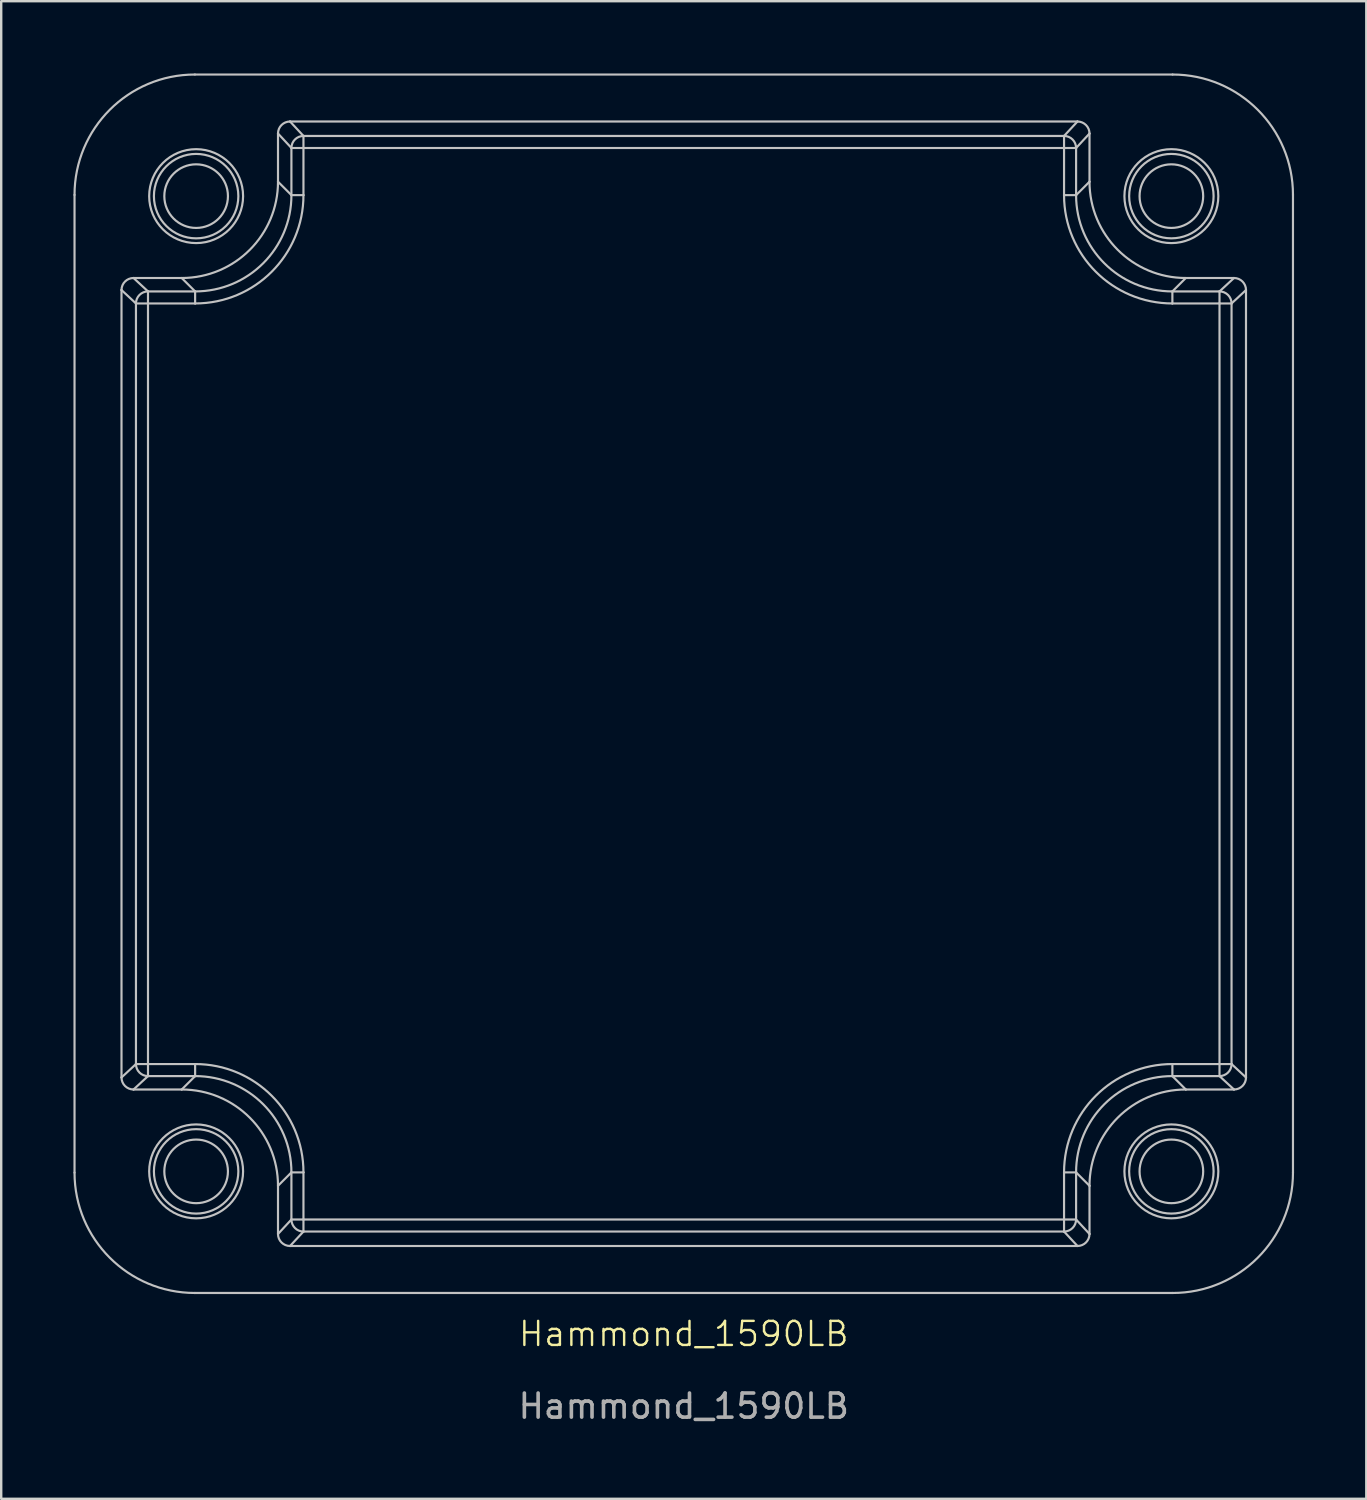
<source format=kicad_pcb>
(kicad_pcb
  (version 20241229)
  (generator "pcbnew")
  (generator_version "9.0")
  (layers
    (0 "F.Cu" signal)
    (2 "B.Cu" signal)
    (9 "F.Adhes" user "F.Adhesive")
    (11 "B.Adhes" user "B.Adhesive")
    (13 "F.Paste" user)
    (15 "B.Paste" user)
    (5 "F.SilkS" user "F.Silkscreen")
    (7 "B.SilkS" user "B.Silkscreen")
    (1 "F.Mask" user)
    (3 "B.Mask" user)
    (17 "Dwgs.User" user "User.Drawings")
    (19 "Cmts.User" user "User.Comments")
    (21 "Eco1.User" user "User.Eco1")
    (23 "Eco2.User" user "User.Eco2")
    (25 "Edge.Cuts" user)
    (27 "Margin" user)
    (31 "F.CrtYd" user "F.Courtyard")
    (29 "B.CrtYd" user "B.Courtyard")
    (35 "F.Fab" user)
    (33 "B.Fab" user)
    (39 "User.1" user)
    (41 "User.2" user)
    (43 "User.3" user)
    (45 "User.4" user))
  (footprint "Hammond_1590LB"
    (layer "F.Cu")
    (at 25.345 25.345)
    (property "Reference" "Hammond_1590LB" (at 0 27 0) (unlocked yes) (layer "F.SilkS") (effects (font (size 1 1) (thickness 0.1))))
    (fp_line (start -25.3 20.301) (end -25.3 -20.301) (stroke (width 0.09) (type solid)) (layer "Dwgs.User"))
    (fp_line (start -23.349 -16.35) (end -22.749 -15.793) (stroke (width 0.09) (type solid)) (layer "Dwgs.User"))
    (fp_line (start -23.349 16.35) (end -23.349 -16.35) (stroke (width 0.09) (type solid)) (layer "Dwgs.User"))
    (fp_line (start -22.85 -16.85) (end -20.849 -16.85) (stroke (width 0.09) (type solid)) (layer "Dwgs.User"))
    (fp_line (start -22.85 16.85) (end -22.249 16.293) (stroke (width 0.09) (type solid)) (layer "Dwgs.User"))
    (fp_line (start -22.749 -15.793) (end -22.749 15.793) (stroke (width 0.09) (type solid)) (layer "Dwgs.User"))
    (fp_line (start -22.749 -15.793) (end -22.249 -15.793) (stroke (width 0.09) (type solid)) (layer "Dwgs.User"))
    (fp_line (start -22.749 15.793) (end -23.349 16.35) (stroke (width 0.09) (type solid)) (layer "Dwgs.User"))
    (fp_line (start -22.249 -16.293) (end -22.85 -16.85) (stroke (width 0.09) (type solid)) (layer "Dwgs.User"))
    (fp_line (start -22.249 -15.793) (end -22.249 -16.293) (stroke (width 0.09) (type solid)) (layer "Dwgs.User"))
    (fp_line (start -22.249 -15.793) (end -20.292 -15.793) (stroke (width 0.09) (type solid)) (layer "Dwgs.User"))
    (fp_line (start -22.249 15.793) (end -22.749 15.793) (stroke (width 0.09) (type solid)) (layer "Dwgs.User"))
    (fp_line (start -22.249 15.793) (end -22.249 -15.793) (stroke (width 0.09) (type solid)) (layer "Dwgs.User"))
    (fp_line (start -22.249 16.293) (end -22.249 15.793) (stroke (width 0.09) (type solid)) (layer "Dwgs.User"))
    (fp_line (start -22.249 16.293) (end -20.292 16.293) (stroke (width 0.09) (type solid)) (layer "Dwgs.User"))
    (fp_line (start -20.849 -16.85) (end -20.292 -16.293) (stroke (width 0.09) (type solid)) (layer "Dwgs.User"))
    (fp_line (start -20.849 16.85) (end -22.85 16.85) (stroke (width 0.09) (type solid)) (layer "Dwgs.User"))
    (fp_line (start -20.301 -25.3) (end 20.301 -25.3) (stroke (width 0.09) (type solid)) (layer "Dwgs.User"))
    (fp_line (start -20.292 -16.293) (end -22.249 -16.293) (stroke (width 0.09) (type solid)) (layer "Dwgs.User"))
    (fp_line (start -20.292 -16.293) (end -20.292 -15.793) (stroke (width 0.09) (type solid)) (layer "Dwgs.User"))
    (fp_line (start -20.292 15.793) (end -22.249 15.793) (stroke (width 0.09) (type solid)) (layer "Dwgs.User"))
    (fp_line (start -20.292 15.793) (end -20.292 16.293) (stroke (width 0.09) (type solid)) (layer "Dwgs.User"))
    (fp_line (start -20.292 16.293) (end -20.849 16.85) (stroke (width 0.09) (type solid)) (layer "Dwgs.User"))
    (fp_line (start -16.85 -22.85) (end -16.293 -22.249) (stroke (width 0.09) (type solid)) (layer "Dwgs.User"))
    (fp_line (start -16.85 -20.849) (end -16.85 -22.85) (stroke (width 0.09) (type solid)) (layer "Dwgs.User"))
    (fp_line (start -16.85 20.849) (end -16.293 20.292) (stroke (width 0.09) (type solid)) (layer "Dwgs.User"))
    (fp_line (start -16.85 22.85) (end -16.85 20.849) (stroke (width 0.09) (type solid)) (layer "Dwgs.User"))
    (fp_line (start -16.35 -23.349) (end 16.35 -23.349) (stroke (width 0.09) (type solid)) (layer "Dwgs.User"))
    (fp_line (start -16.35 23.349) (end -15.793 22.749) (stroke (width 0.09) (type solid)) (layer "Dwgs.User"))
    (fp_line (start -16.293 -22.249) (end -16.293 -20.292) (stroke (width 0.09) (type solid)) (layer "Dwgs.User"))
    (fp_line (start -16.293 -22.249) (end -15.793 -22.249) (stroke (width 0.09) (type solid)) (layer "Dwgs.User"))
    (fp_line (start -16.293 -20.292) (end -16.85 -20.849) (stroke (width 0.09) (type solid)) (layer "Dwgs.User"))
    (fp_line (start -16.293 -20.292) (end -15.793 -20.292) (stroke (width 0.09) (type solid)) (layer "Dwgs.User"))
    (fp_line (start -16.293 20.292) (end -16.293 22.249) (stroke (width 0.09) (type solid)) (layer "Dwgs.User"))
    (fp_line (start -16.293 22.249) (end -16.85 22.85) (stroke (width 0.09) (type solid)) (layer "Dwgs.User"))
    (fp_line (start -15.793 -22.749) (end -16.35 -23.349) (stroke (width 0.09) (type solid)) (layer "Dwgs.User"))
    (fp_line (start -15.793 -22.249) (end -15.793 -22.749) (stroke (width 0.09) (type solid)) (layer "Dwgs.User"))
    (fp_line (start -15.793 -22.249) (end 15.793 -22.249) (stroke (width 0.09) (type solid)) (layer "Dwgs.User"))
    (fp_line (start -15.793 -20.292) (end -15.793 -22.249) (stroke (width 0.09) (type solid)) (layer "Dwgs.User"))
    (fp_line (start -15.793 20.292) (end -16.293 20.292) (stroke (width 0.09) (type solid)) (layer "Dwgs.User"))
    (fp_line (start -15.793 22.249) (end -16.293 22.249) (stroke (width 0.09) (type solid)) (layer "Dwgs.User"))
    (fp_line (start -15.793 22.249) (end -15.793 20.292) (stroke (width 0.09) (type solid)) (layer "Dwgs.User"))
    (fp_line (start -15.793 22.749) (end -15.793 22.249) (stroke (width 0.09) (type solid)) (layer "Dwgs.User"))
    (fp_line (start -15.793 22.749) (end 15.793 22.749) (stroke (width 0.09) (type solid)) (layer "Dwgs.User"))
    (fp_line (start 15.793 -22.749) (end -15.793 -22.749) (stroke (width 0.09) (type solid)) (layer "Dwgs.User"))
    (fp_line (start 15.793 -22.749) (end 15.793 -22.249) (stroke (width 0.09) (type solid)) (layer "Dwgs.User"))
    (fp_line (start 15.793 -22.249) (end 15.793 -20.292) (stroke (width 0.09) (type solid)) (layer "Dwgs.User"))
    (fp_line (start 15.793 -22.249) (end 16.293 -22.249) (stroke (width 0.09) (type solid)) (layer "Dwgs.User"))
    (fp_line (start 15.793 20.292) (end 15.793 22.249) (stroke (width 0.09) (type solid)) (layer "Dwgs.User"))
    (fp_line (start 15.793 20.292) (end 16.293 20.292) (stroke (width 0.09) (type solid)) (layer "Dwgs.User"))
    (fp_line (start 15.793 22.249) (end -15.793 22.249) (stroke (width 0.09) (type solid)) (layer "Dwgs.User"))
    (fp_line (start 15.793 22.249) (end 15.793 22.749) (stroke (width 0.09) (type solid)) (layer "Dwgs.User"))
    (fp_line (start 15.793 22.749) (end 16.35 23.349) (stroke (width 0.09) (type solid)) (layer "Dwgs.User"))
    (fp_line (start 16.293 -22.249) (end 16.85 -22.85) (stroke (width 0.09) (type solid)) (layer "Dwgs.User"))
    (fp_line (start 16.293 -20.292) (end 15.793 -20.292) (stroke (width 0.09) (type solid)) (layer "Dwgs.User"))
    (fp_line (start 16.293 -20.292) (end 16.293 -22.249) (stroke (width 0.09) (type solid)) (layer "Dwgs.User"))
    (fp_line (start 16.293 20.292) (end 16.85 20.849) (stroke (width 0.09) (type solid)) (layer "Dwgs.User"))
    (fp_line (start 16.293 22.249) (end 15.793 22.249) (stroke (width 0.09) (type solid)) (layer "Dwgs.User"))
    (fp_line (start 16.293 22.249) (end 16.293 20.292) (stroke (width 0.09) (type solid)) (layer "Dwgs.User"))
    (fp_line (start 16.35 -23.349) (end 15.793 -22.749) (stroke (width 0.09) (type solid)) (layer "Dwgs.User"))
    (fp_line (start 16.35 23.349) (end -16.35 23.349) (stroke (width 0.09) (type solid)) (layer "Dwgs.User"))
    (fp_line (start 16.85 -22.85) (end 16.85 -20.849) (stroke (width 0.09) (type solid)) (layer "Dwgs.User"))
    (fp_line (start 16.85 -20.849) (end 16.293 -20.292) (stroke (width 0.09) (type solid)) (layer "Dwgs.User"))
    (fp_line (start 16.85 20.849) (end 16.85 22.85) (stroke (width 0.09) (type solid)) (layer "Dwgs.User"))
    (fp_line (start 16.85 22.85) (end 16.293 22.249) (stroke (width 0.09) (type solid)) (layer "Dwgs.User"))
    (fp_line (start 20.292 -16.293) (end 20.292 -15.793) (stroke (width 0.09) (type solid)) (layer "Dwgs.User"))
    (fp_line (start 20.292 -16.293) (end 20.849 -16.85) (stroke (width 0.09) (type solid)) (layer "Dwgs.User"))
    (fp_line (start 20.292 -15.793) (end 22.249 -15.793) (stroke (width 0.09) (type solid)) (layer "Dwgs.User"))
    (fp_line (start 20.292 15.793) (end 20.292 16.293) (stroke (width 0.09) (type solid)) (layer "Dwgs.User"))
    (fp_line (start 20.292 16.293) (end 22.249 16.293) (stroke (width 0.09) (type solid)) (layer "Dwgs.User"))
    (fp_line (start 20.301 25.3) (end -20.301 25.3) (stroke (width 0.09) (type solid)) (layer "Dwgs.User"))
    (fp_line (start 20.849 -16.85) (end 22.85 -16.85) (stroke (width 0.09) (type solid)) (layer "Dwgs.User"))
    (fp_line (start 20.849 16.85) (end 20.292 16.293) (stroke (width 0.09) (type solid)) (layer "Dwgs.User"))
    (fp_line (start 22.249 -16.293) (end 20.292 -16.293) (stroke (width 0.09) (type solid)) (layer "Dwgs.User"))
    (fp_line (start 22.249 -16.293) (end 22.249 -15.793) (stroke (width 0.09) (type solid)) (layer "Dwgs.User"))
    (fp_line (start 22.249 -15.793) (end 22.249 15.793) (stroke (width 0.09) (type solid)) (layer "Dwgs.User"))
    (fp_line (start 22.249 -15.793) (end 22.749 -15.793) (stroke (width 0.09) (type solid)) (layer "Dwgs.User"))
    (fp_line (start 22.249 15.793) (end 20.292 15.793) (stroke (width 0.09) (type solid)) (layer "Dwgs.User"))
    (fp_line (start 22.249 15.793) (end 22.249 16.293) (stroke (width 0.09) (type solid)) (layer "Dwgs.User"))
    (fp_line (start 22.249 16.293) (end 22.85 16.85) (stroke (width 0.09) (type solid)) (layer "Dwgs.User"))
    (fp_line (start 22.749 -15.793) (end 23.349 -16.35) (stroke (width 0.09) (type solid)) (layer "Dwgs.User"))
    (fp_line (start 22.749 15.793) (end 22.249 15.793) (stroke (width 0.09) (type solid)) (layer "Dwgs.User"))
    (fp_line (start 22.749 15.793) (end 22.749 -15.793) (stroke (width 0.09) (type solid)) (layer "Dwgs.User"))
    (fp_line (start 22.85 -16.85) (end 22.249 -16.293) (stroke (width 0.09) (type solid)) (layer "Dwgs.User"))
    (fp_line (start 22.85 16.85) (end 20.849 16.85) (stroke (width 0.09) (type solid)) (layer "Dwgs.User"))
    (fp_line (start 23.349 -16.35) (end 23.349 16.35) (stroke (width 0.09) (type solid)) (layer "Dwgs.User"))
    (fp_line (start 23.349 16.35) (end 22.749 15.793) (stroke (width 0.09) (type solid)) (layer "Dwgs.User"))
    (fp_line (start 25.3 -20.301) (end 25.3 20.301) (stroke (width 0.09) (type solid)) (layer "Dwgs.User"))
    (fp_circle (center -20.25 -20.25) (end -18.929 -20.25) (stroke (width 0.09) (type solid)) (fill no) (layer "Dwgs.User"))
    (fp_circle (center -20.25 -20.25) (end -18.497 -20.25) (stroke (width 0.09) (type solid)) (fill no) (layer "Dwgs.User"))
    (fp_circle (center -20.25 -20.25) (end -18.3 -20.25) (stroke (width 0.09) (type solid)) (fill no) (layer "Dwgs.User"))
    (fp_circle (center -20.25 20.25) (end -18.929 20.25) (stroke (width 0.09) (type solid)) (fill no) (layer "Dwgs.User"))
    (fp_circle (center -20.25 20.25) (end -18.497 20.25) (stroke (width 0.09) (type solid)) (fill no) (layer "Dwgs.User"))
    (fp_circle (center -20.25 20.25) (end -18.3 20.25) (stroke (width 0.09) (type solid)) (fill no) (layer "Dwgs.User"))
    (fp_circle (center 20.25 -20.25) (end 21.571 -20.25) (stroke (width 0.09) (type solid)) (fill no) (layer "Dwgs.User"))
    (fp_circle (center 20.25 -20.25) (end 22.003 -20.25) (stroke (width 0.09) (type solid)) (fill no) (layer "Dwgs.User"))
    (fp_circle (center 20.25 -20.25) (end 22.2 -20.25) (stroke (width 0.09) (type solid)) (fill no) (layer "Dwgs.User"))
    (fp_circle (center 20.25 20.25) (end 21.571 20.25) (stroke (width 0.09) (type solid)) (fill no) (layer "Dwgs.User"))
    (fp_circle (center 20.25 20.25) (end 22.003 20.25) (stroke (width 0.09) (type solid)) (fill no) (layer "Dwgs.User"))
    (fp_circle (center 20.25 20.25) (end 22.2 20.25) (stroke (width 0.09) (type solid)) (fill no) (layer "Dwgs.User"))
    (fp_curve (pts (xy -25.3 20.301) (xy -25.3 23.063) (xy -23.063 25.3) (xy -20.301 25.3)) (stroke (width 0.09) (type solid)) (layer "Dwgs.User"))
    (fp_curve (pts (xy -23.349 16.35) (xy -23.349 16.626) (xy -23.126 16.85) (xy -22.85 16.85)) (stroke (width 0.09) (type solid)) (layer "Dwgs.User"))
    (fp_curve (pts (xy -22.85 -16.85) (xy -23.126 -16.85) (xy -23.349 -16.626) (xy -23.349 -16.35)) (stroke (width 0.09) (type solid)) (layer "Dwgs.User"))
    (fp_curve (pts (xy -22.749 15.793) (xy -22.749 16.069) (xy -22.525 16.292) (xy -22.249 16.293)) (stroke (width 0.09) (type solid)) (layer "Dwgs.User"))
    (fp_curve (pts (xy -22.249 -16.293) (xy -22.525 -16.292) (xy -22.749 -16.069) (xy -22.749 -15.793)) (stroke (width 0.09) (type solid)) (layer "Dwgs.User"))
    (fp_curve (pts (xy -20.849 -16.85) (xy -18.64 -16.85) (xy -16.85 -18.64) (xy -16.85 -20.849)) (stroke (width 0.09) (type solid)) (layer "Dwgs.User"))
    (fp_curve (pts (xy -20.301 -25.3) (xy -23.063 -25.3) (xy -25.3 -23.063) (xy -25.3 -20.301)) (stroke (width 0.09) (type solid)) (layer "Dwgs.User"))
    (fp_curve (pts (xy -20.292 -16.293) (xy -18.083 -16.292) (xy -16.292 -18.083) (xy -16.293 -20.292)) (stroke (width 0.09) (type solid)) (layer "Dwgs.User"))
    (fp_curve (pts (xy -20.292 -15.793) (xy -17.807 -15.793) (xy -15.793 -17.807) (xy -15.793 -20.292)) (stroke (width 0.09) (type solid)) (layer "Dwgs.User"))
    (fp_curve (pts (xy -16.85 20.849) (xy -16.85 18.64) (xy -18.64 16.85) (xy -20.849 16.85)) (stroke (width 0.09) (type solid)) (layer "Dwgs.User"))
    (fp_curve (pts (xy -16.85 22.85) (xy -16.85 23.126) (xy -16.626 23.349) (xy -16.35 23.349)) (stroke (width 0.09) (type solid)) (layer "Dwgs.User"))
    (fp_curve (pts (xy -16.35 -23.349) (xy -16.626 -23.349) (xy -16.85 -23.126) (xy -16.85 -22.85)) (stroke (width 0.09) (type solid)) (layer "Dwgs.User"))
    (fp_curve (pts (xy -16.293 20.292) (xy -16.292 18.083) (xy -18.083 16.292) (xy -20.292 16.293)) (stroke (width 0.09) (type solid)) (layer "Dwgs.User"))
    (fp_curve (pts (xy -16.293 22.249) (xy -16.292 22.525) (xy -16.069 22.749) (xy -15.793 22.749)) (stroke (width 0.09) (type solid)) (layer "Dwgs.User"))
    (fp_curve (pts (xy -15.793 -22.749) (xy -16.069 -22.749) (xy -16.292 -22.525) (xy -16.293 -22.249)) (stroke (width 0.09) (type solid)) (layer "Dwgs.User"))
    (fp_curve (pts (xy -15.793 20.292) (xy -15.793 17.807) (xy -17.807 15.793) (xy -20.292 15.793)) (stroke (width 0.09) (type solid)) (layer "Dwgs.User"))
    (fp_curve (pts (xy 15.793 -20.292) (xy 15.793 -17.807) (xy 17.807 -15.793) (xy 20.292 -15.793)) (stroke (width 0.09) (type solid)) (layer "Dwgs.User"))
    (fp_curve (pts (xy 15.793 22.749) (xy 16.069 22.749) (xy 16.292 22.525) (xy 16.293 22.249)) (stroke (width 0.09) (type solid)) (layer "Dwgs.User"))
    (fp_curve (pts (xy 16.293 -22.249) (xy 16.292 -22.525) (xy 16.069 -22.749) (xy 15.793 -22.749)) (stroke (width 0.09) (type solid)) (layer "Dwgs.User"))
    (fp_curve (pts (xy 16.293 -20.292) (xy 16.292 -18.083) (xy 18.083 -16.292) (xy 20.292 -16.293)) (stroke (width 0.09) (type solid)) (layer "Dwgs.User"))
    (fp_curve (pts (xy 16.35 23.349) (xy 16.626 23.349) (xy 16.85 23.126) (xy 16.85 22.85)) (stroke (width 0.09) (type solid)) (layer "Dwgs.User"))
    (fp_curve (pts (xy 16.85 -22.85) (xy 16.85 -23.126) (xy 16.626 -23.349) (xy 16.35 -23.349)) (stroke (width 0.09) (type solid)) (layer "Dwgs.User"))
    (fp_curve (pts (xy 16.85 -20.849) (xy 16.85 -18.64) (xy 18.64 -16.85) (xy 20.849 -16.85)) (stroke (width 0.09) (type solid)) (layer "Dwgs.User"))
    (fp_curve (pts (xy 20.292 15.793) (xy 17.807 15.793) (xy 15.793 17.807) (xy 15.793 20.292)) (stroke (width 0.09) (type solid)) (layer "Dwgs.User"))
    (fp_curve (pts (xy 20.292 16.293) (xy 18.083 16.292) (xy 16.292 18.083) (xy 16.293 20.292)) (stroke (width 0.09) (type solid)) (layer "Dwgs.User"))
    (fp_curve (pts (xy 20.301 25.3) (xy 23.063 25.3) (xy 25.3 23.063) (xy 25.3 20.301)) (stroke (width 0.09) (type solid)) (layer "Dwgs.User"))
    (fp_curve (pts (xy 20.849 16.85) (xy 18.64 16.85) (xy 16.85 18.64) (xy 16.85 20.849)) (stroke (width 0.09) (type solid)) (layer "Dwgs.User"))
    (fp_curve (pts (xy 22.249 16.293) (xy 22.525 16.292) (xy 22.749 16.069) (xy 22.749 15.793)) (stroke (width 0.09) (type solid)) (layer "Dwgs.User"))
    (fp_curve (pts (xy 22.749 -15.793) (xy 22.749 -16.069) (xy 22.525 -16.292) (xy 22.249 -16.293)) (stroke (width 0.09) (type solid)) (layer "Dwgs.User"))
    (fp_curve (pts (xy 22.85 16.85) (xy 23.126 16.85) (xy 23.349 16.626) (xy 23.349 16.35)) (stroke (width 0.09) (type solid)) (layer "Dwgs.User"))
    (fp_curve (pts (xy 23.349 -16.35) (xy 23.349 -16.626) (xy 23.126 -16.85) (xy 22.85 -16.85)) (stroke (width 0.09) (type solid)) (layer "Dwgs.User"))
    (fp_curve (pts (xy 25.3 -20.301) (xy 25.3 -23.063) (xy 23.063 -25.3) (xy 20.301 -25.3)) (stroke (width 0.09) (type solid)) (layer "Dwgs.User"))
    (fp_text user "${REFERENCE}" (at 0 30 0) (unlocked yes) (layer "F.Fab") (effects (font (size 1 1) (thickness 0.15)))))
  (gr_rect
    (start -3 -3)
    (end 53.69 59.193)
    (stroke (width 0.1) (type default))
    (fill no)
    (layer "Edge.Cuts")))
</source>
